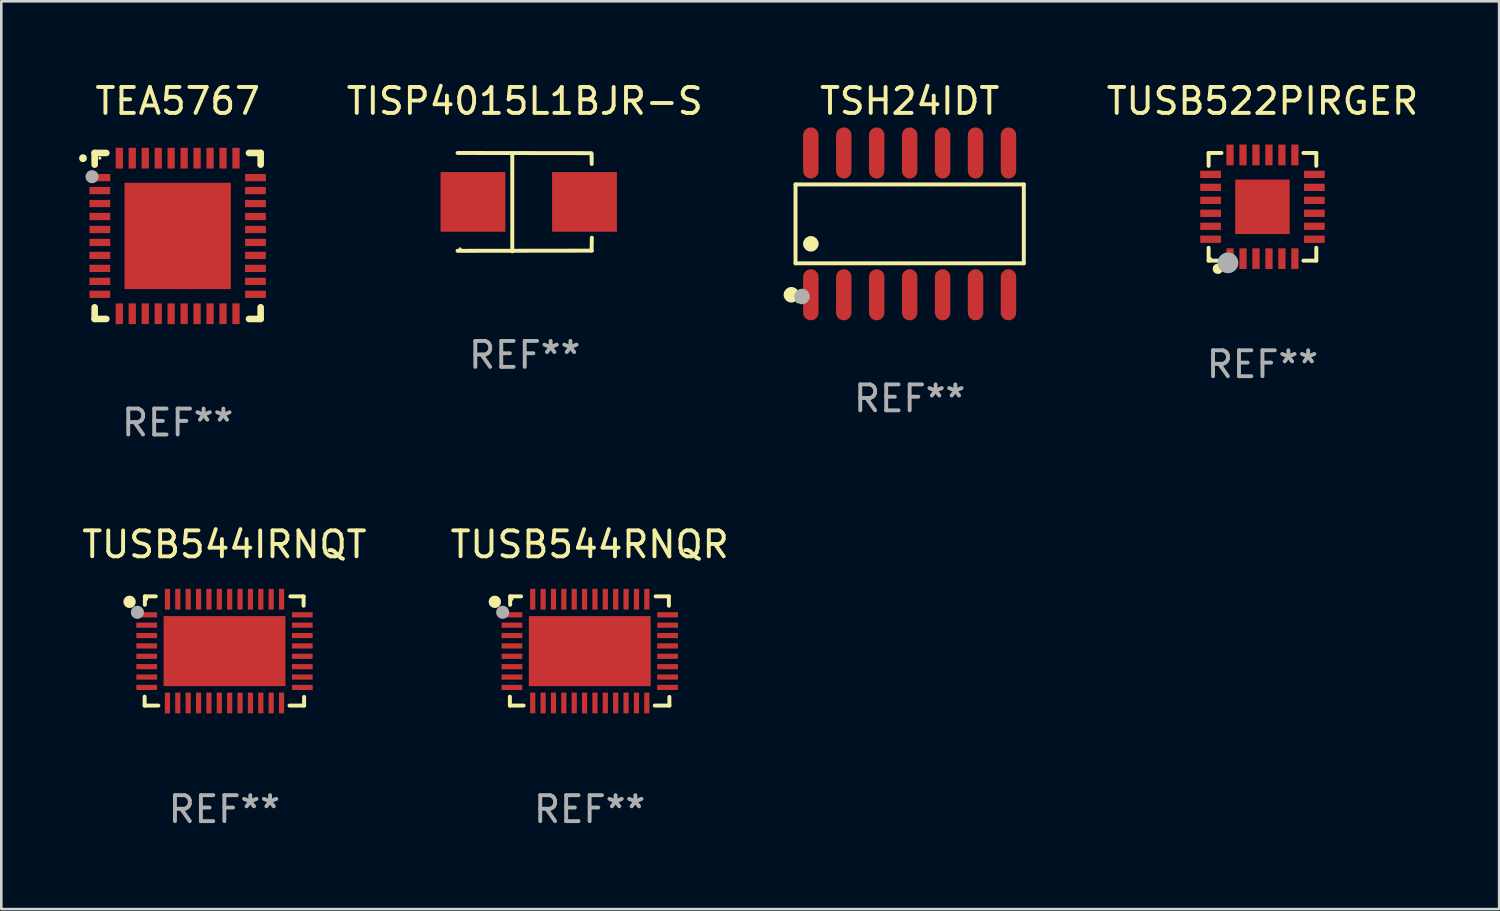
<source format=kicad_pcb>
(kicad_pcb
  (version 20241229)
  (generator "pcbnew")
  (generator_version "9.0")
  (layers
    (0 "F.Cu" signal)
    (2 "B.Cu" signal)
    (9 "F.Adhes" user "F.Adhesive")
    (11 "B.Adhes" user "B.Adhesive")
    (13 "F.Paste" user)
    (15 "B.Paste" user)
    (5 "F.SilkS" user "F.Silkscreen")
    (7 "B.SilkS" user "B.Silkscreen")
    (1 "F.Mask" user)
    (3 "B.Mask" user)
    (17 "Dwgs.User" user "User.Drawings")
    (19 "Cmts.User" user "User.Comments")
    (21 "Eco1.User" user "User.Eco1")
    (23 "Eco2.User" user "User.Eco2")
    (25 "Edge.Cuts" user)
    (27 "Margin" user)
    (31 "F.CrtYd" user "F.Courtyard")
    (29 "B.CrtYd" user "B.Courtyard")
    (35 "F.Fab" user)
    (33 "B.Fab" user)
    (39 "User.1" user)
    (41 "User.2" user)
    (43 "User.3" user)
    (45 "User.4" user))
  (footprint "TUSB544IRNQT"
    (layer "F.Cu")
    (at 5.601 22.05)
    (property "Reference" "TUSB544IRNQT" (at 0 -4.105 0) (layer "F.SilkS") (effects (font (size 1 1) (thickness 0.15))))
    (attr through_hole)
    (fp_line (start -3.075 2.105) (end -3.075 1.761) (stroke (width 0.152) (type solid)) (layer "F.SilkS"))
    (fp_line (start -3.065 -2.105) (end -2.645 -2.105) (stroke (width 0.152) (type solid)) (layer "F.SilkS"))
    (fp_line (start -3.065 -1.781) (end -3.065 -2.105) (stroke (width 0.152) (type solid)) (layer "F.SilkS"))
    (fp_line (start -2.545 2.105) (end -3.075 2.105) (stroke (width 0.152) (type solid)) (layer "F.SilkS"))
    (fp_line (start 2.545 -2.105) (end 3.055 -2.105) (stroke (width 0.152) (type solid)) (layer "F.SilkS"))
    (fp_line (start 3.055 -2.105) (end 3.055 -1.745) (stroke (width 0.152) (type solid)) (layer "F.SilkS"))
    (fp_line (start 3.075 1.771) (end 3.075 2.105) (stroke (width 0.152) (type solid)) (layer "F.SilkS"))
    (fp_line (start 3.075 2.105) (end 2.511 2.105) (stroke (width 0.152) (type solid)) (layer "F.SilkS"))
    (fp_circle (center -3.655 -1.895) (end -3.535 -1.895) (stroke (width 0.24) (type solid)) (fill no) (layer "F.SilkS"))
    (fp_circle (center -2.995 -1.995) (end -2.965 -1.995) (stroke (width 0.06) (type solid)) (fill no) (layer "F.SilkS"))
    (fp_circle (center -3.354 -1.491) (end -3.227 -1.491) (stroke (width 0.254) (type solid)) (fill no) (layer "F.Fab"))
    (fp_text user "REF**" (at 0 6.105 0) (layer "F.Fab") (effects (font (size 1 1) (thickness 0.15))))
    (pad "1" smd rect (at -2.995 -1.395) (size 0.8 0.2) (layers "F.Cu" "F.Mask" "F.Paste"))
    (pad "2" smd rect (at -2.995 -0.995) (size 0.8 0.2) (layers "F.Cu" "F.Mask" "F.Paste"))
    (pad "3" smd rect (at -2.995 -0.595) (size 0.8 0.2) (layers "F.Cu" "F.Mask" "F.Paste"))
    (pad "4" smd rect (at -2.995 -0.195) (size 0.8 0.2) (layers "F.Cu" "F.Mask" "F.Paste"))
    (pad "5" smd rect (at -2.995 0.205) (size 0.8 0.2) (layers "F.Cu" "F.Mask" "F.Paste"))
    (pad "6" smd rect (at -2.995 0.605) (size 0.8 0.2) (layers "F.Cu" "F.Mask" "F.Paste"))
    (pad "7" smd rect (at -2.995 1.005) (size 0.8 0.2) (layers "F.Cu" "F.Mask" "F.Paste"))
    (pad "8" smd rect (at -2.995 1.405) (size 0.8 0.2) (layers "F.Cu" "F.Mask" "F.Paste"))
    (pad "9" smd rect (at -2.195 2.005) (size 0.2 0.8) (layers "F.Cu" "F.Mask" "F.Paste"))
    (pad "10" smd rect (at -1.795 2.005) (size 0.2 0.8) (layers "F.Cu" "F.Mask" "F.Paste"))
    (pad "11" smd rect (at -1.395 2.005) (size 0.2 0.8) (layers "F.Cu" "F.Mask" "F.Paste"))
    (pad "12" smd rect (at -0.995 2.005) (size 0.2 0.8) (layers "F.Cu" "F.Mask" "F.Paste"))
    (pad "13" smd rect (at -0.595 2.005) (size 0.2 0.8) (layers "F.Cu" "F.Mask" "F.Paste"))
    (pad "14" smd rect (at -0.195 2.005) (size 0.2 0.8) (layers "F.Cu" "F.Mask" "F.Paste"))
    (pad "15" smd rect (at 0.205 2.005) (size 0.2 0.8) (layers "F.Cu" "F.Mask" "F.Paste"))
    (pad "16" smd rect (at 0.605 2.005) (size 0.2 0.8) (layers "F.Cu" "F.Mask" "F.Paste"))
    (pad "17" smd rect (at 1.005 2.005) (size 0.2 0.8) (layers "F.Cu" "F.Mask" "F.Paste"))
    (pad "18" smd rect (at 1.405 2.005) (size 0.2 0.8) (layers "F.Cu" "F.Mask" "F.Paste"))
    (pad "19" smd rect (at 1.805 2.005) (size 0.2 0.8) (layers "F.Cu" "F.Mask" "F.Paste"))
    (pad "20" smd rect (at 2.205 2.005) (size 0.2 0.8) (layers "F.Cu" "F.Mask" "F.Paste"))
    (pad "21" smd rect (at 3.005 1.405) (size 0.8 0.2) (layers "F.Cu" "F.Mask" "F.Paste"))
    (pad "22" smd rect (at 3.005 1.005) (size 0.8 0.2) (layers "F.Cu" "F.Mask" "F.Paste"))
    (pad "23" smd rect (at 3.005 0.605) (size 0.8 0.2) (layers "F.Cu" "F.Mask" "F.Paste"))
    (pad "24" smd rect (at 3.005 0.205) (size 0.8 0.2) (layers "F.Cu" "F.Mask" "F.Paste"))
    (pad "25" smd rect (at 3.005 -0.195) (size 0.8 0.2) (layers "F.Cu" "F.Mask" "F.Paste"))
    (pad "26" smd rect (at 3.005 -0.595) (size 0.8 0.2) (layers "F.Cu" "F.Mask" "F.Paste"))
    (pad "27" smd rect (at 3.005 -0.995) (size 0.8 0.2) (layers "F.Cu" "F.Mask" "F.Paste"))
    (pad "28" smd rect (at 3.005 -1.395) (size 0.8 0.2) (layers "F.Cu" "F.Mask" "F.Paste"))
    (pad "29" smd rect (at 2.205 -1.995) (size 0.2 0.8) (layers "F.Cu" "F.Mask" "F.Paste"))
    (pad "30" smd rect (at 1.805 -1.995) (size 0.2 0.8) (layers "F.Cu" "F.Mask" "F.Paste"))
    (pad "31" smd rect (at 1.405 -1.995) (size 0.2 0.8) (layers "F.Cu" "F.Mask" "F.Paste"))
    (pad "32" smd rect (at 1.005 -1.995) (size 0.2 0.8) (layers "F.Cu" "F.Mask" "F.Paste"))
    (pad "33" smd rect (at 0.605 -1.995) (size 0.2 0.8) (layers "F.Cu" "F.Mask" "F.Paste"))
    (pad "34" smd rect (at 0.205 -1.995) (size 0.2 0.8) (layers "F.Cu" "F.Mask" "F.Paste"))
    (pad "35" smd rect (at -0.195 -1.995) (size 0.2 0.8) (layers "F.Cu" "F.Mask" "F.Paste"))
    (pad "36" smd rect (at -0.595 -1.995) (size 0.2 0.8) (layers "F.Cu" "F.Mask" "F.Paste"))
    (pad "37" smd rect (at -0.995 -1.995) (size 0.2 0.8) (layers "F.Cu" "F.Mask" "F.Paste"))
    (pad "38" smd rect (at -1.395 -1.995) (size 0.2 0.8) (layers "F.Cu" "F.Mask" "F.Paste"))
    (pad "39" smd rect (at -1.795 -1.995) (size 0.2 0.8) (layers "F.Cu" "F.Mask" "F.Paste"))
    (pad "40" smd rect (at -2.195 -1.995) (size 0.2 0.8) (layers "F.Cu" "F.Mask" "F.Paste"))
    (pad "41" smd rect (at 0.005 0.005) (size 4.7 2.7) (layers "F.Cu" "F.Mask" "F.Paste")))
  (footprint "TUSB544RNQR"
    (layer "F.Cu")
    (at 19.685 22.05)
    (property "Reference" "TUSB544RNQR" (at 0 -4.105 0) (layer "F.SilkS") (effects (font (size 1 1) (thickness 0.15))))
    (attr through_hole)
    (fp_line (start -3.075 2.105) (end -3.075 1.761) (stroke (width 0.152) (type solid)) (layer "F.SilkS"))
    (fp_line (start -3.065 -2.105) (end -2.645 -2.105) (stroke (width 0.152) (type solid)) (layer "F.SilkS"))
    (fp_line (start -3.065 -1.781) (end -3.065 -2.105) (stroke (width 0.152) (type solid)) (layer "F.SilkS"))
    (fp_line (start -2.545 2.105) (end -3.075 2.105) (stroke (width 0.152) (type solid)) (layer "F.SilkS"))
    (fp_line (start 2.545 -2.105) (end 3.055 -2.105) (stroke (width 0.152) (type solid)) (layer "F.SilkS"))
    (fp_line (start 3.055 -2.105) (end 3.055 -1.745) (stroke (width 0.152) (type solid)) (layer "F.SilkS"))
    (fp_line (start 3.075 1.771) (end 3.075 2.105) (stroke (width 0.152) (type solid)) (layer "F.SilkS"))
    (fp_line (start 3.075 2.105) (end 2.511 2.105) (stroke (width 0.152) (type solid)) (layer "F.SilkS"))
    (fp_circle (center -3.655 -1.895) (end -3.535 -1.895) (stroke (width 0.24) (type solid)) (fill no) (layer "F.SilkS"))
    (fp_circle (center -2.995 -1.995) (end -2.965 -1.995) (stroke (width 0.06) (type solid)) (fill no) (layer "F.SilkS"))
    (fp_circle (center -3.354 -1.491) (end -3.227 -1.491) (stroke (width 0.254) (type solid)) (fill no) (layer "F.Fab"))
    (fp_text user "REF**" (at 0 6.105 0) (layer "F.Fab") (effects (font (size 1 1) (thickness 0.15))))
    (pad "1" smd rect (at -2.995 -1.395) (size 0.8 0.2) (layers "F.Cu" "F.Mask" "F.Paste"))
    (pad "2" smd rect (at -2.995 -0.995) (size 0.8 0.2) (layers "F.Cu" "F.Mask" "F.Paste"))
    (pad "3" smd rect (at -2.995 -0.595) (size 0.8 0.2) (layers "F.Cu" "F.Mask" "F.Paste"))
    (pad "4" smd rect (at -2.995 -0.195) (size 0.8 0.2) (layers "F.Cu" "F.Mask" "F.Paste"))
    (pad "5" smd rect (at -2.995 0.205) (size 0.8 0.2) (layers "F.Cu" "F.Mask" "F.Paste"))
    (pad "6" smd rect (at -2.995 0.605) (size 0.8 0.2) (layers "F.Cu" "F.Mask" "F.Paste"))
    (pad "7" smd rect (at -2.995 1.005) (size 0.8 0.2) (layers "F.Cu" "F.Mask" "F.Paste"))
    (pad "8" smd rect (at -2.995 1.405) (size 0.8 0.2) (layers "F.Cu" "F.Mask" "F.Paste"))
    (pad "9" smd rect (at -2.195 2.005) (size 0.2 0.8) (layers "F.Cu" "F.Mask" "F.Paste"))
    (pad "10" smd rect (at -1.795 2.005) (size 0.2 0.8) (layers "F.Cu" "F.Mask" "F.Paste"))
    (pad "11" smd rect (at -1.395 2.005) (size 0.2 0.8) (layers "F.Cu" "F.Mask" "F.Paste"))
    (pad "12" smd rect (at -0.995 2.005) (size 0.2 0.8) (layers "F.Cu" "F.Mask" "F.Paste"))
    (pad "13" smd rect (at -0.595 2.005) (size 0.2 0.8) (layers "F.Cu" "F.Mask" "F.Paste"))
    (pad "14" smd rect (at -0.195 2.005) (size 0.2 0.8) (layers "F.Cu" "F.Mask" "F.Paste"))
    (pad "15" smd rect (at 0.205 2.005) (size 0.2 0.8) (layers "F.Cu" "F.Mask" "F.Paste"))
    (pad "16" smd rect (at 0.605 2.005) (size 0.2 0.8) (layers "F.Cu" "F.Mask" "F.Paste"))
    (pad "17" smd rect (at 1.005 2.005) (size 0.2 0.8) (layers "F.Cu" "F.Mask" "F.Paste"))
    (pad "18" smd rect (at 1.405 2.005) (size 0.2 0.8) (layers "F.Cu" "F.Mask" "F.Paste"))
    (pad "19" smd rect (at 1.805 2.005) (size 0.2 0.8) (layers "F.Cu" "F.Mask" "F.Paste"))
    (pad "20" smd rect (at 2.205 2.005) (size 0.2 0.8) (layers "F.Cu" "F.Mask" "F.Paste"))
    (pad "21" smd rect (at 3.005 1.405) (size 0.8 0.2) (layers "F.Cu" "F.Mask" "F.Paste"))
    (pad "22" smd rect (at 3.005 1.005) (size 0.8 0.2) (layers "F.Cu" "F.Mask" "F.Paste"))
    (pad "23" smd rect (at 3.005 0.605) (size 0.8 0.2) (layers "F.Cu" "F.Mask" "F.Paste"))
    (pad "24" smd rect (at 3.005 0.205) (size 0.8 0.2) (layers "F.Cu" "F.Mask" "F.Paste"))
    (pad "25" smd rect (at 3.005 -0.195) (size 0.8 0.2) (layers "F.Cu" "F.Mask" "F.Paste"))
    (pad "26" smd rect (at 3.005 -0.595) (size 0.8 0.2) (layers "F.Cu" "F.Mask" "F.Paste"))
    (pad "27" smd rect (at 3.005 -0.995) (size 0.8 0.2) (layers "F.Cu" "F.Mask" "F.Paste"))
    (pad "28" smd rect (at 3.005 -1.395) (size 0.8 0.2) (layers "F.Cu" "F.Mask" "F.Paste"))
    (pad "29" smd rect (at 2.205 -1.995) (size 0.2 0.8) (layers "F.Cu" "F.Mask" "F.Paste"))
    (pad "30" smd rect (at 1.805 -1.995) (size 0.2 0.8) (layers "F.Cu" "F.Mask" "F.Paste"))
    (pad "31" smd rect (at 1.405 -1.995) (size 0.2 0.8) (layers "F.Cu" "F.Mask" "F.Paste"))
    (pad "32" smd rect (at 1.005 -1.995) (size 0.2 0.8) (layers "F.Cu" "F.Mask" "F.Paste"))
    (pad "33" smd rect (at 0.605 -1.995) (size 0.2 0.8) (layers "F.Cu" "F.Mask" "F.Paste"))
    (pad "34" smd rect (at 0.205 -1.995) (size 0.2 0.8) (layers "F.Cu" "F.Mask" "F.Paste"))
    (pad "35" smd rect (at -0.195 -1.995) (size 0.2 0.8) (layers "F.Cu" "F.Mask" "F.Paste"))
    (pad "36" smd rect (at -0.595 -1.995) (size 0.2 0.8) (layers "F.Cu" "F.Mask" "F.Paste"))
    (pad "37" smd rect (at -0.995 -1.995) (size 0.2 0.8) (layers "F.Cu" "F.Mask" "F.Paste"))
    (pad "38" smd rect (at -1.395 -1.995) (size 0.2 0.8) (layers "F.Cu" "F.Mask" "F.Paste"))
    (pad "39" smd rect (at -1.795 -1.995) (size 0.2 0.8) (layers "F.Cu" "F.Mask" "F.Paste"))
    (pad "40" smd rect (at -2.195 -1.995) (size 0.2 0.8) (layers "F.Cu" "F.Mask" "F.Paste"))
    (pad "41" smd rect (at 0.005 0.005) (size 4.7 2.7) (layers "F.Cu" "F.Mask" "F.Paste")))
  (footprint "TUSB522PIRGER"
    (layer "F.Cu")
    (at 45.627 4.924)
    (property "Reference" "TUSB522PIRGER" (at 0 -4.076 0) (layer "F.SilkS") (effects (font (size 1 1) (thickness 0.15))))
    (attr through_hole)
    (fp_line (start -2.076 -2.076) (end -1.58 -2.076) (stroke (width 0.152) (type solid)) (layer "F.SilkS"))
    (fp_line (start -2.076 -1.58) (end -2.076 -2.076) (stroke (width 0.152) (type solid)) (layer "F.SilkS"))
    (fp_line (start -2.076 1.58) (end -2.076 2.076) (stroke (width 0.152) (type solid)) (layer "F.SilkS"))
    (fp_line (start -2.076 2.076) (end -1.58 2.076) (stroke (width 0.152) (type solid)) (layer "F.SilkS"))
    (fp_line (start 2.076 -2.076) (end 1.58 -2.076) (stroke (width 0.152) (type solid)) (layer "F.SilkS"))
    (fp_line (start 2.076 -1.58) (end 2.076 -2.076) (stroke (width 0.152) (type solid)) (layer "F.SilkS"))
    (fp_line (start 2.076 1.58) (end 2.076 2.076) (stroke (width 0.152) (type solid)) (layer "F.SilkS"))
    (fp_line (start 2.076 2.076) (end 1.58 2.076) (stroke (width 0.152) (type solid)) (layer "F.SilkS"))
    (fp_circle (center -2 2) (end -1.97 2) (stroke (width 0.06) (type solid)) (fill no) (layer "F.SilkS"))
    (fp_circle (center -1.72 2.39) (end -1.62 2.39) (stroke (width 0.2) (type solid)) (fill no) (layer "F.SilkS"))
    (fp_circle (center -1.33 2.16) (end -1.13 2.16) (stroke (width 0.4) (type solid)) (fill no) (layer "F.Fab"))
    (fp_text user "REF**" (at 0 6.076 0) (layer "F.Fab") (effects (font (size 1 1) (thickness 0.15))))
    (pad "1" smd rect (at -1.25 2) (size 0.28 0.8) (layers "F.Cu" "F.Mask" "F.Paste"))
    (pad "2" smd rect (at -0.75 2) (size 0.28 0.8) (layers "F.Cu" "F.Mask" "F.Paste"))
    (pad "3" smd rect (at -0.25 2) (size 0.28 0.8) (layers "F.Cu" "F.Mask" "F.Paste"))
    (pad "4" smd rect (at 0.25 2) (size 0.28 0.8) (layers "F.Cu" "F.Mask" "F.Paste"))
    (pad "5" smd rect (at 0.75 2) (size 0.28 0.8) (layers "F.Cu" "F.Mask" "F.Paste"))
    (pad "6" smd rect (at 1.25 2) (size 0.28 0.8) (layers "F.Cu" "F.Mask" "F.Paste"))
    (pad "7" smd rect (at 2 1.25) (size 0.8 0.28) (layers "F.Cu" "F.Mask" "F.Paste"))
    (pad "8" smd rect (at 2 0.75) (size 0.8 0.28) (layers "F.Cu" "F.Mask" "F.Paste"))
    (pad "9" smd rect (at 2 0.25) (size 0.8 0.28) (layers "F.Cu" "F.Mask" "F.Paste"))
    (pad "10" smd rect (at 2 -0.25) (size 0.8 0.28) (layers "F.Cu" "F.Mask" "F.Paste"))
    (pad "11" smd rect (at 2 -0.75) (size 0.8 0.28) (layers "F.Cu" "F.Mask" "F.Paste"))
    (pad "12" smd rect (at 2 -1.25) (size 0.8 0.28) (layers "F.Cu" "F.Mask" "F.Paste"))
    (pad "13" smd rect (at 1.25 -2) (size 0.28 0.8) (layers "F.Cu" "F.Mask" "F.Paste"))
    (pad "14" smd rect (at 0.75 -2) (size 0.28 0.8) (layers "F.Cu" "F.Mask" "F.Paste"))
    (pad "15" smd rect (at 0.25 -2) (size 0.28 0.8) (layers "F.Cu" "F.Mask" "F.Paste"))
    (pad "16" smd rect (at -0.25 -2) (size 0.28 0.8) (layers "F.Cu" "F.Mask" "F.Paste"))
    (pad "17" smd rect (at -0.75 -2) (size 0.28 0.8) (layers "F.Cu" "F.Mask" "F.Paste"))
    (pad "18" smd rect (at -1.25 -2) (size 0.28 0.8) (layers "F.Cu" "F.Mask" "F.Paste"))
    (pad "19" smd rect (at -2 -1.25) (size 0.8 0.28) (layers "F.Cu" "F.Mask" "F.Paste"))
    (pad "20" smd rect (at -2 -0.75) (size 0.8 0.28) (layers "F.Cu" "F.Mask" "F.Paste"))
    (pad "21" smd rect (at -2 -0.25) (size 0.8 0.28) (layers "F.Cu" "F.Mask" "F.Paste"))
    (pad "22" smd rect (at -2 0.25) (size 0.8 0.28) (layers "F.Cu" "F.Mask" "F.Paste"))
    (pad "23" smd rect (at -2 0.75) (size 0.8 0.28) (layers "F.Cu" "F.Mask" "F.Paste"))
    (pad "24" smd rect (at -2 1.25) (size 0.8 0.28) (layers "F.Cu" "F.Mask" "F.Paste"))
    (pad "25" smd rect (at 0 0) (size 2.1 2.1) (layers "F.Cu" "F.Mask" "F.Paste")))
  (footprint "TISP4015L1BJR-S"
    (layer "F.Cu")
    (at 17.182 4.744)
    (property "Reference" "TISP4015L1BJR-S" (at 0 -3.896 0) (layer "F.SilkS") (effects (font (size 1 1) (thickness 0.15))))
    (attr through_hole)
    (fp_line (start -2.588 -1.896) (end 2.568 -1.889) (stroke (width 0.152) (type solid)) (layer "F.SilkS"))
    (fp_line (start -2.588 1.877) (end 2.588 1.87) (stroke (width 0.152) (type solid)) (layer "F.SilkS"))
    (fp_line (start -0.48 1.896) (end -0.48 -1.871) (stroke (width 0.152) (type solid)) (layer "F.SilkS"))
    (fp_line (start 2.579 -1.849) (end 2.582 -1.472) (stroke (width 0.152) (type solid)) (layer "F.SilkS"))
    (fp_line (start 2.579 1.867) (end 2.587 1.372) (stroke (width 0.152) (type solid)) (layer "F.SilkS"))
    (fp_circle (center -2.492 1.801) (end -2.462 1.801) (stroke (width 0.06) (type solid)) (fill no) (layer "F.SilkS"))
    (fp_text user "REF**" (at 0 5.896 0) (layer "F.Fab") (effects (font (size 1 1) (thickness 0.15))))
    (pad "1" smd rect (at -1.995 -0.009) (size 2.5 2.3) (layers "F.Cu" "F.Mask" "F.Paste"))
    (pad "2" smd rect (at 2.305 -0.009) (size 2.5 2.3) (layers "F.Cu" "F.Mask" "F.Paste")))
  (footprint "TEA5767"
    (layer "F.Cu")
    (at 3.8 6.048)
    (property "Reference" "TEA5767" (at 0 -5.2 0) (layer "F.SilkS") (effects (font (size 1 1) (thickness 0.15))))
    (attr through_hole)
    (fp_line (start -3.2 -3.2) (end -2.75 -3.2) (stroke (width 0.254) (type solid)) (layer "F.SilkS"))
    (fp_line (start -3.2 -2.75) (end -3.2 -3.2) (stroke (width 0.254) (type solid)) (layer "F.SilkS"))
    (fp_line (start -3.2 3.2) (end -3.2 2.75) (stroke (width 0.254) (type solid)) (layer "F.SilkS"))
    (fp_line (start -2.75 3.2) (end -3.2 3.2) (stroke (width 0.254) (type solid)) (layer "F.SilkS"))
    (fp_line (start 2.75 3.2) (end 3.2 3.2) (stroke (width 0.254) (type solid)) (layer "F.SilkS"))
    (fp_line (start 3.2 -3.2) (end 2.75 -3.2) (stroke (width 0.254) (type solid)) (layer "F.SilkS"))
    (fp_line (start 3.2 -2.75) (end 3.2 -3.2) (stroke (width 0.254) (type solid)) (layer "F.SilkS"))
    (fp_line (start 3.2 3.2) (end 3.2 2.75) (stroke (width 0.254) (type solid)) (layer "F.SilkS"))
    (fp_arc (start -3.649987 -2.997206) (mid -3.649992 -2.998476) (end -3.649987 -2.999746) (stroke (width 0.3) (type solid)) (layer "F.SilkS"))
    (fp_circle (center -3 -3) (end -2.97 -3) (stroke (width 0.06) (type solid)) (fill no) (layer "F.SilkS"))
    (fp_circle (center -3.302 -2.286) (end -3.175 -2.286) (stroke (width 0.254) (type solid)) (fill no) (layer "F.Fab"))
    (fp_text user "REF**" (at 0 7.2 0) (layer "F.Fab") (effects (font (size 1 1) (thickness 0.15))))
    (pad "1" smd rect (at -3 -2.25 90) (size 0.28 0.8) (layers "F.Cu" "F.Mask" "F.Paste"))
    (pad "2" smd rect (at -3 -1.75 90) (size 0.28 0.8) (layers "F.Cu" "F.Mask" "F.Paste"))
    (pad "3" smd rect (at -3 -1.25 90) (size 0.28 0.8) (layers "F.Cu" "F.Mask" "F.Paste"))
    (pad "4" smd rect (at -3 -0.75 90) (size 0.28 0.8) (layers "F.Cu" "F.Mask" "F.Paste"))
    (pad "5" smd rect (at -3 -0.25 90) (size 0.28 0.8) (layers "F.Cu" "F.Mask" "F.Paste"))
    (pad "6" smd rect (at -3 0.25 90) (size 0.28 0.8) (layers "F.Cu" "F.Mask" "F.Paste"))
    (pad "7" smd rect (at -3 0.75 90) (size 0.28 0.8) (layers "F.Cu" "F.Mask" "F.Paste"))
    (pad "8" smd rect (at -3 1.25 90) (size 0.28 0.8) (layers "F.Cu" "F.Mask" "F.Paste"))
    (pad "9" smd rect (at -3 1.75 90) (size 0.28 0.8) (layers "F.Cu" "F.Mask" "F.Paste"))
    (pad "10" smd rect (at -3 2.25 90) (size 0.28 0.8) (layers "F.Cu" "F.Mask" "F.Paste"))
    (pad "11" smd rect (at -2.25 3) (size 0.28 0.8) (layers "F.Cu" "F.Mask" "F.Paste"))
    (pad "12" smd rect (at -1.75 3) (size 0.28 0.8) (layers "F.Cu" "F.Mask" "F.Paste"))
    (pad "13" smd rect (at -1.25 3) (size 0.28 0.8) (layers "F.Cu" "F.Mask" "F.Paste"))
    (pad "14" smd rect (at -0.75 3) (size 0.28 0.8) (layers "F.Cu" "F.Mask" "F.Paste"))
    (pad "15" smd rect (at -0.25 3) (size 0.28 0.8) (layers "F.Cu" "F.Mask" "F.Paste"))
    (pad "16" smd rect (at 0.25 3) (size 0.28 0.8) (layers "F.Cu" "F.Mask" "F.Paste"))
    (pad "17" smd rect (at 0.75 3) (size 0.28 0.8) (layers "F.Cu" "F.Mask" "F.Paste"))
    (pad "18" smd rect (at 1.25 3) (size 0.28 0.8) (layers "F.Cu" "F.Mask" "F.Paste"))
    (pad "19" smd rect (at 1.75 3) (size 0.28 0.8) (layers "F.Cu" "F.Mask" "F.Paste"))
    (pad "20" smd rect (at 2.25 3) (size 0.28 0.8) (layers "F.Cu" "F.Mask" "F.Paste"))
    (pad "21" smd rect (at 3 2.25 90) (size 0.28 0.8) (layers "F.Cu" "F.Mask" "F.Paste"))
    (pad "22" smd rect (at 3 1.75 90) (size 0.28 0.8) (layers "F.Cu" "F.Mask" "F.Paste"))
    (pad "23" smd rect (at 3 1.25 90) (size 0.28 0.8) (layers "F.Cu" "F.Mask" "F.Paste"))
    (pad "24" smd rect (at 3 0.75 90) (size 0.28 0.8) (layers "F.Cu" "F.Mask" "F.Paste"))
    (pad "25" smd rect (at 3 0.25 90) (size 0.28 0.8) (layers "F.Cu" "F.Mask" "F.Paste"))
    (pad "26" smd rect (at 3 -0.25 90) (size 0.28 0.8) (layers "F.Cu" "F.Mask" "F.Paste"))
    (pad "27" smd rect (at 3 -0.75 90) (size 0.28 0.8) (layers "F.Cu" "F.Mask" "F.Paste"))
    (pad "28" smd rect (at 3 -1.25 90) (size 0.28 0.8) (layers "F.Cu" "F.Mask" "F.Paste"))
    (pad "29" smd rect (at 3 -1.75 90) (size 0.28 0.8) (layers "F.Cu" "F.Mask" "F.Paste"))
    (pad "30" smd rect (at 3 -2.25 90) (size 0.28 0.8) (layers "F.Cu" "F.Mask" "F.Paste"))
    (pad "31" smd rect (at 2.25 -3) (size 0.28 0.8) (layers "F.Cu" "F.Mask" "F.Paste"))
    (pad "32" smd rect (at 1.75 -3) (size 0.28 0.8) (layers "F.Cu" "F.Mask" "F.Paste"))
    (pad "33" smd rect (at 1.25 -3) (size 0.28 0.8) (layers "F.Cu" "F.Mask" "F.Paste"))
    (pad "34" smd rect (at 0.75 -3) (size 0.28 0.8) (layers "F.Cu" "F.Mask" "F.Paste"))
    (pad "35" smd rect (at 0.25 -3) (size 0.28 0.8) (layers "F.Cu" "F.Mask" "F.Paste"))
    (pad "36" smd rect (at -0.25 -3) (size 0.28 0.8) (layers "F.Cu" "F.Mask" "F.Paste"))
    (pad "37" smd rect (at -0.75 -3) (size 0.28 0.8) (layers "F.Cu" "F.Mask" "F.Paste"))
    (pad "38" smd rect (at -1.25 -3) (size 0.28 0.8) (layers "F.Cu" "F.Mask" "F.Paste"))
    (pad "39" smd rect (at -1.75 -3) (size 0.28 0.8) (layers "F.Cu" "F.Mask" "F.Paste"))
    (pad "40" smd rect (at -2.25 -3) (size 0.28 0.8) (layers "F.Cu" "F.Mask" "F.Paste"))
    (pad "41" smd rect (at 0 0) (size 4.1 4.1) (layers "F.Cu" "F.Mask" "F.Paste")))
  (footprint "TSH24IDT"
    (layer "F.Cu")
    (at 32.024 5.582)
    (property "Reference" "TSH24IDT" (at 0 -4.734 0) (layer "F.SilkS") (effects (font (size 1 1) (thickness 0.15))))
    (attr through_hole)
    (fp_line (start -4.401 -1.521) (end 4.401 -1.521) (stroke (width 0.152) (type solid)) (layer "F.SilkS"))
    (fp_line (start -4.401 1.521) (end -4.401 -1.521) (stroke (width 0.152) (type solid)) (layer "F.SilkS"))
    (fp_line (start 4.401 -1.521) (end 4.401 1.521) (stroke (width 0.152) (type solid)) (layer "F.SilkS"))
    (fp_line (start 4.401 1.521) (end -4.401 1.521) (stroke (width 0.152) (type solid)) (layer "F.SilkS"))
    (fp_circle (center -4.56 2.734) (end -4.41 2.734) (stroke (width 0.3) (type solid)) (fill no) (layer "F.SilkS"))
    (fp_circle (center -4.325 3) (end -4.295 3) (stroke (width 0.06) (type solid)) (fill no) (layer "F.SilkS"))
    (fp_circle (center -3.81 0.769) (end -3.66 0.769) (stroke (width 0.3) (type solid)) (fill no) (layer "F.SilkS"))
    (fp_circle (center -4.15 2.8) (end -4 2.8) (stroke (width 0.3) (type solid)) (fill no) (layer "F.Fab"))
    (fp_text user "REF**" (at 0 6.734 0) (layer "F.Fab") (effects (font (size 1 1) (thickness 0.15))))
    (pad "1" smd oval (at -3.81 2.734) (size 0.595 1.968) (layers "F.Cu" "F.Mask" "F.Paste"))
    (pad "2" smd oval (at -2.54 2.734) (size 0.595 1.968) (layers "F.Cu" "F.Mask" "F.Paste"))
    (pad "3" smd oval (at -1.27 2.734) (size 0.595 1.968) (layers "F.Cu" "F.Mask" "F.Paste"))
    (pad "4" smd oval (at 0 2.734) (size 0.595 1.968) (layers "F.Cu" "F.Mask" "F.Paste"))
    (pad "5" smd oval (at 1.27 2.734) (size 0.595 1.968) (layers "F.Cu" "F.Mask" "F.Paste"))
    (pad "6" smd oval (at 2.54 2.734) (size 0.595 1.968) (layers "F.Cu" "F.Mask" "F.Paste"))
    (pad "7" smd oval (at 3.81 2.734) (size 0.595 1.968) (layers "F.Cu" "F.Mask" "F.Paste"))
    (pad "8" smd oval (at 3.81 -2.734) (size 0.595 1.968) (layers "F.Cu" "F.Mask" "F.Paste"))
    (pad "9" smd oval (at 2.54 -2.734) (size 0.595 1.968) (layers "F.Cu" "F.Mask" "F.Paste"))
    (pad "10" smd oval (at 1.27 -2.734) (size 0.595 1.968) (layers "F.Cu" "F.Mask" "F.Paste"))
    (pad "11" smd oval (at 0 -2.734) (size 0.595 1.968) (layers "F.Cu" "F.Mask" "F.Paste"))
    (pad "12" smd oval (at -1.27 -2.734) (size 0.595 1.968) (layers "F.Cu" "F.Mask" "F.Paste"))
    (pad "13" smd oval (at -2.54 -2.734) (size 0.595 1.968) (layers "F.Cu" "F.Mask" "F.Paste"))
    (pad "14" smd oval (at -3.81 -2.734) (size 0.595 1.968) (layers "F.Cu" "F.Mask" "F.Paste")))
  (gr_rect
    (start -3 -3)
    (end 54.752 32.003)
    (stroke (width 0.1) (type default))
    (fill no)
    (layer "Edge.Cuts")))
</source>
